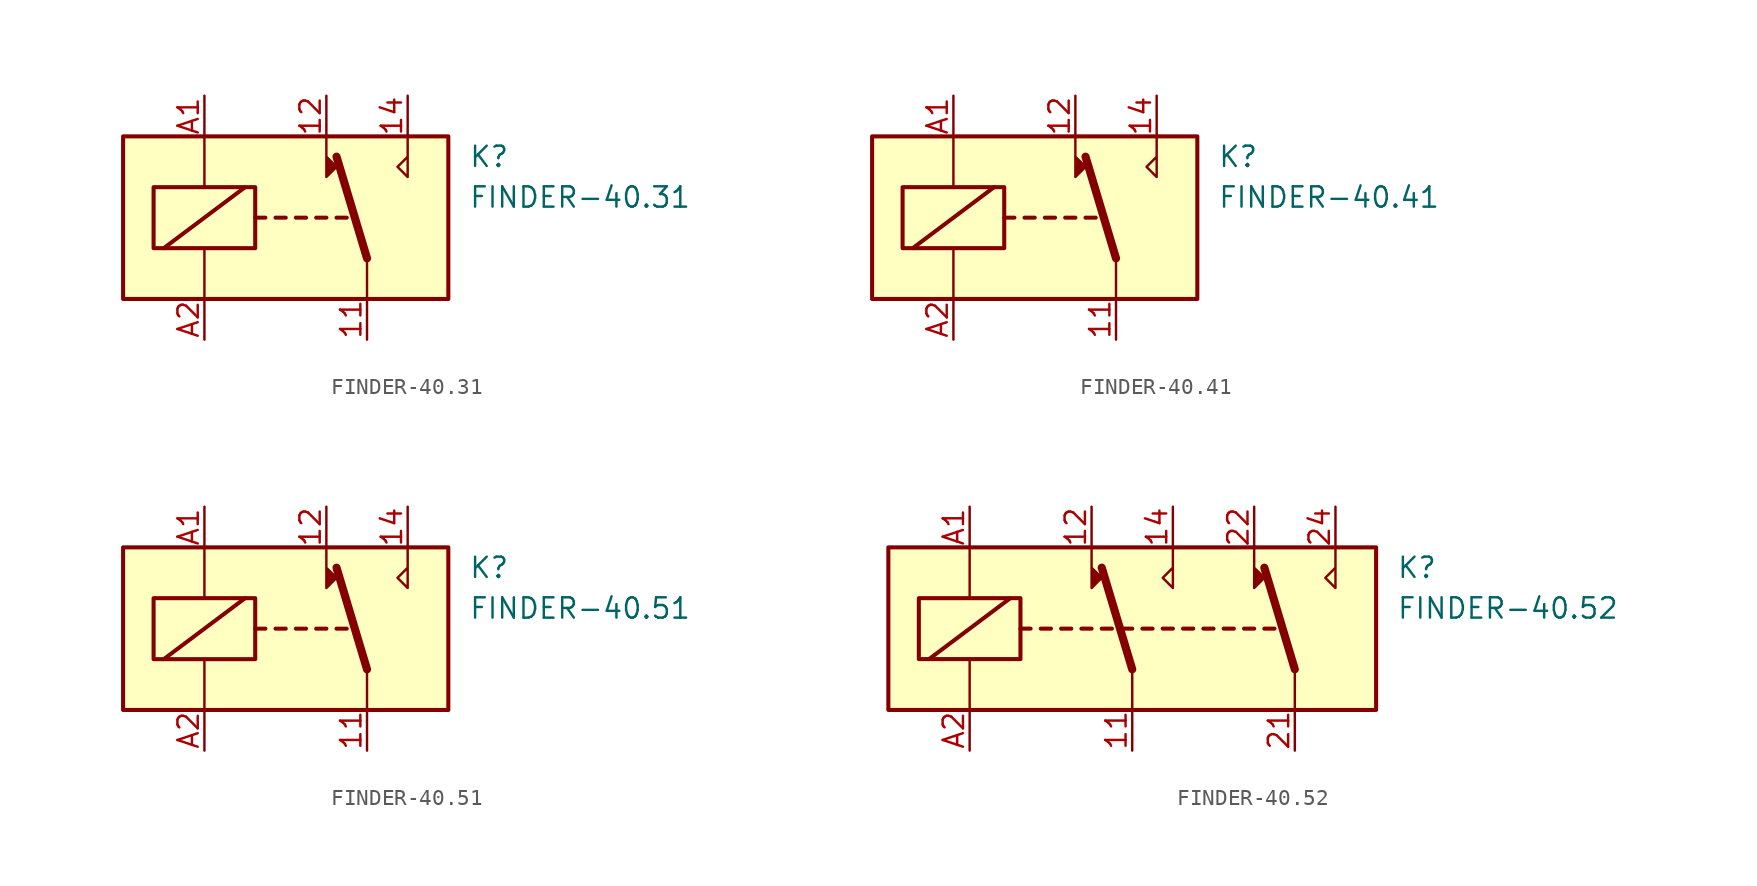
<source format=kicad_sym>
(kicad_symbol_lib
  (version 20201005)
  (generator kicad_symbol_editor)
  (symbol "Relay:FINDER-40.31"
    (property "Reference" "K"
      (at 11.43 3.81 0)
      (effects (font (size 1.27 1.27)) (justify left)))
    (property "Value" "FINDER-40.31"
      (at 11.43 1.27 0)
      (effects (font (size 1.27 1.27)) (justify left)))
    (symbol "FINDER-40.31_0_0"
      (polyline (pts (xy 7.62 5.08) (xy 7.62 2.54) (xy 6.985 3.175) (xy 7.62 3.81)) (stroke (width 0)) (fill (type none))))
    (symbol "FINDER-40.31_0_1"
      (rectangle (start -10.16 5.08) (end 10.16 -5.08) (stroke (width 0.254)) (fill (type background)))
      (rectangle (start -8.255 1.905) (end -1.905 -1.905) (stroke (width 0.254)) (fill (type none)))
      (polyline (pts (xy -7.62 -1.905) (xy -2.54 1.905)) (stroke (width 0.254)) (fill (type none)))
      (polyline (pts (xy -5.08 -5.08) (xy -5.08 -1.905)) (stroke (width 0)) (fill (type none)))
      (polyline (pts (xy -5.08 5.08) (xy -5.08 1.905)) (stroke (width 0)) (fill (type none)))
      (polyline (pts (xy -1.905 0) (xy -1.27 0)) (stroke (width 0.254)) (fill (type none)))
      (polyline (pts (xy -0.635 0) (xy 0 0)) (stroke (width 0.254)) (fill (type none)))
      (polyline (pts (xy 0.635 0) (xy 1.27 0)) (stroke (width 0.254)) (fill (type none)))
      (polyline (pts (xy 1.905 0) (xy 2.54 0)) (stroke (width 0.254)) (fill (type none)))
      (polyline (pts (xy 3.175 0) (xy 3.81 0)) (stroke (width 0.254)) (fill (type none)))
      (polyline (pts (xy 5.08 -2.54) (xy 3.175 3.81)) (stroke (width 0.508)) (fill (type none)))
      (polyline (pts (xy 5.08 -2.54) (xy 5.08 -5.08)) (stroke (width 0)) (fill (type none)))
      (polyline (pts (xy 2.54 5.08) (xy 2.54 2.54) (xy 3.175 3.175) (xy 2.54 3.81)) (stroke (width 0)) (fill (type outline))))
    (symbol "FINDER-40.31_1_1"
      (pin passive line (at 5.08 -7.62 90) (length 2.54) (name "~" (effects (font (size 1.27 1.27)))) (number "11" (effects (font (size 1.27 1.27)))))
      (pin passive line (at 2.54 7.62 270) (length 2.54) (name "~" (effects (font (size 1.27 1.27)))) (number "12" (effects (font (size 1.27 1.27)))))
      (pin passive line (at 7.62 7.62 270) (length 2.54) (name "~" (effects (font (size 1.27 1.27)))) (number "14" (effects (font (size 1.27 1.27)))))
      (pin passive line (at -5.08 7.62 270) (length 2.54) (name "~" (effects (font (size 1.27 1.27)))) (number "A1" (effects (font (size 1.27 1.27)))))
      (pin passive line (at -5.08 -7.62 90) (length 2.54) (name "~" (effects (font (size 1.27 1.27)))) (number "A2" (effects (font (size 1.27 1.27)))))))
  (symbol "Relay:FINDER-40.41"
    (property "Reference" "K"
      (at 11.43 3.81 0)
      (effects (font (size 1.27 1.27)) (justify left)))
    (property "Value" "FINDER-40.41"
      (at 11.43 1.27 0)
      (effects (font (size 1.27 1.27)) (justify left)))
    (symbol "FINDER-40.41_0_0"
      (polyline (pts (xy 7.62 5.08) (xy 7.62 2.54) (xy 6.985 3.175) (xy 7.62 3.81)) (stroke (width 0)) (fill (type none))))
    (symbol "FINDER-40.41_0_1"
      (rectangle (start -10.16 5.08) (end 10.16 -5.08) (stroke (width 0.254)) (fill (type background)))
      (rectangle (start -8.255 1.905) (end -1.905 -1.905) (stroke (width 0.254)) (fill (type none)))
      (polyline (pts (xy -7.62 -1.905) (xy -2.54 1.905)) (stroke (width 0.254)) (fill (type none)))
      (polyline (pts (xy -5.08 -5.08) (xy -5.08 -1.905)) (stroke (width 0)) (fill (type none)))
      (polyline (pts (xy -5.08 5.08) (xy -5.08 1.905)) (stroke (width 0)) (fill (type none)))
      (polyline (pts (xy -1.905 0) (xy -1.27 0)) (stroke (width 0.254)) (fill (type none)))
      (polyline (pts (xy -0.635 0) (xy 0 0)) (stroke (width 0.254)) (fill (type none)))
      (polyline (pts (xy 0.635 0) (xy 1.27 0)) (stroke (width 0.254)) (fill (type none)))
      (polyline (pts (xy 1.905 0) (xy 2.54 0)) (stroke (width 0.254)) (fill (type none)))
      (polyline (pts (xy 3.175 0) (xy 3.81 0)) (stroke (width 0.254)) (fill (type none)))
      (polyline (pts (xy 5.08 -2.54) (xy 3.175 3.81)) (stroke (width 0.508)) (fill (type none)))
      (polyline (pts (xy 5.08 -2.54) (xy 5.08 -5.08)) (stroke (width 0)) (fill (type none)))
      (polyline (pts (xy 2.54 5.08) (xy 2.54 2.54) (xy 3.175 3.175) (xy 2.54 3.81)) (stroke (width 0)) (fill (type outline))))
    (symbol "FINDER-40.41_1_1"
      (pin passive line (at 5.08 -7.62 90) (length 2.54) (name "~" (effects (font (size 1.27 1.27)))) (number "11" (effects (font (size 1.27 1.27)))))
      (pin passive line (at 2.54 7.62 270) (length 2.54) (name "~" (effects (font (size 1.27 1.27)))) (number "12" (effects (font (size 1.27 1.27)))))
      (pin passive line (at 7.62 7.62 270) (length 2.54) (name "~" (effects (font (size 1.27 1.27)))) (number "14" (effects (font (size 1.27 1.27)))))
      (pin passive line (at -5.08 7.62 270) (length 2.54) (name "~" (effects (font (size 1.27 1.27)))) (number "A1" (effects (font (size 1.27 1.27)))))
      (pin passive line (at -5.08 -7.62 90) (length 2.54) (name "~" (effects (font (size 1.27 1.27)))) (number "A2" (effects (font (size 1.27 1.27)))))))
  (symbol "Relay:FINDER-40.51"
    (property "Reference" "K"
      (at 11.43 3.81 0)
      (effects (font (size 1.27 1.27)) (justify left)))
    (property "Value" "FINDER-40.51"
      (at 11.43 1.27 0)
      (effects (font (size 1.27 1.27)) (justify left)))
    (symbol "FINDER-40.51_0_0"
      (polyline (pts (xy 7.62 5.08) (xy 7.62 2.54) (xy 6.985 3.175) (xy 7.62 3.81)) (stroke (width 0)) (fill (type none))))
    (symbol "FINDER-40.51_0_1"
      (rectangle (start -10.16 5.08) (end 10.16 -5.08) (stroke (width 0.254)) (fill (type background)))
      (rectangle (start -8.255 1.905) (end -1.905 -1.905) (stroke (width 0.254)) (fill (type none)))
      (polyline (pts (xy -7.62 -1.905) (xy -2.54 1.905)) (stroke (width 0.254)) (fill (type none)))
      (polyline (pts (xy -5.08 -5.08) (xy -5.08 -1.905)) (stroke (width 0)) (fill (type none)))
      (polyline (pts (xy -5.08 5.08) (xy -5.08 1.905)) (stroke (width 0)) (fill (type none)))
      (polyline (pts (xy -1.905 0) (xy -1.27 0)) (stroke (width 0.254)) (fill (type none)))
      (polyline (pts (xy -0.635 0) (xy 0 0)) (stroke (width 0.254)) (fill (type none)))
      (polyline (pts (xy 0.635 0) (xy 1.27 0)) (stroke (width 0.254)) (fill (type none)))
      (polyline (pts (xy 1.905 0) (xy 2.54 0)) (stroke (width 0.254)) (fill (type none)))
      (polyline (pts (xy 3.175 0) (xy 3.81 0)) (stroke (width 0.254)) (fill (type none)))
      (polyline (pts (xy 5.08 -2.54) (xy 3.175 3.81)) (stroke (width 0.508)) (fill (type none)))
      (polyline (pts (xy 5.08 -2.54) (xy 5.08 -5.08)) (stroke (width 0)) (fill (type none)))
      (polyline (pts (xy 2.54 5.08) (xy 2.54 2.54) (xy 3.175 3.175) (xy 2.54 3.81)) (stroke (width 0)) (fill (type outline))))
    (symbol "FINDER-40.51_1_1"
      (pin passive line (at 5.08 -7.62 90) (length 2.54) (name "~" (effects (font (size 1.27 1.27)))) (number "11" (effects (font (size 1.27 1.27)))))
      (pin passive line (at 2.54 7.62 270) (length 2.54) (name "~" (effects (font (size 1.27 1.27)))) (number "12" (effects (font (size 1.27 1.27)))))
      (pin passive line (at 7.62 7.62 270) (length 2.54) (name "~" (effects (font (size 1.27 1.27)))) (number "14" (effects (font (size 1.27 1.27)))))
      (pin passive line (at -5.08 7.62 270) (length 2.54) (name "~" (effects (font (size 1.27 1.27)))) (number "A1" (effects (font (size 1.27 1.27)))))
      (pin passive line (at -5.08 -7.62 90) (length 2.54) (name "~" (effects (font (size 1.27 1.27)))) (number "A2" (effects (font (size 1.27 1.27)))))))
  (symbol "Relay:FINDER-40.52"
    (property "Reference" "K"
      (at 16.51 3.81 0)
      (effects (font (size 1.27 1.27)) (justify left)))
    (property "Value" "FINDER-40.52"
      (at 16.51 1.27 0)
      (effects (font (size 1.27 1.27)) (justify left)))
    (symbol "FINDER-40.52_0_1"
      (rectangle (start -15.24 5.08) (end 15.24 -5.08) (stroke (width 0.254)) (fill (type background)))
      (rectangle (start -13.335 1.905) (end -6.985 -1.905) (stroke (width 0.254)) (fill (type none)))
      (polyline (pts (xy -12.7 -1.905) (xy -7.62 1.905)) (stroke (width 0.254)) (fill (type none)))
      (polyline (pts (xy -10.16 -5.08) (xy -10.16 -1.905)) (stroke (width 0)) (fill (type none)))
      (polyline (pts (xy -10.16 5.08) (xy -10.16 1.905)) (stroke (width 0)) (fill (type none)))
      (polyline (pts (xy -6.985 0) (xy -6.35 0)) (stroke (width 0.254)) (fill (type none)))
      (polyline (pts (xy -5.715 0) (xy -5.08 0)) (stroke (width 0.254)) (fill (type none)))
      (polyline (pts (xy -4.445 0) (xy -3.81 0)) (stroke (width 0.254)) (fill (type none)))
      (polyline (pts (xy -3.175 0) (xy -2.54 0)) (stroke (width 0.254)) (fill (type none)))
      (polyline (pts (xy -1.905 0) (xy -1.27 0)) (stroke (width 0.254)) (fill (type none)))
      (polyline (pts (xy -0.635 0) (xy 0 0)) (stroke (width 0.254)) (fill (type none)))
      (polyline (pts (xy 0 -2.54) (xy -1.905 3.81)) (stroke (width 0.508)) (fill (type none)))
      (polyline (pts (xy 0 -2.54) (xy 0 -5.08)) (stroke (width 0)) (fill (type none)))
      (polyline (pts (xy 0.635 0) (xy 1.27 0)) (stroke (width 0.254)) (fill (type none)))
      (polyline (pts (xy 1.905 0) (xy 2.54 0)) (stroke (width 0.254)) (fill (type none)))
      (polyline (pts (xy 3.175 0) (xy 3.81 0)) (stroke (width 0.254)) (fill (type none)))
      (polyline (pts (xy 4.445 0) (xy 5.08 0)) (stroke (width 0.254)) (fill (type none)))
      (polyline (pts (xy 5.715 0) (xy 6.35 0)) (stroke (width 0.254)) (fill (type none)))
      (polyline (pts (xy 6.985 0) (xy 7.62 0)) (stroke (width 0.254)) (fill (type none)))
      (polyline (pts (xy 8.255 0) (xy 8.89 0)) (stroke (width 0.254)) (fill (type none)))
      (polyline (pts (xy 10.16 -2.54) (xy 8.255 3.81)) (stroke (width 0.508)) (fill (type none)))
      (polyline (pts (xy 10.16 -2.54) (xy 10.16 -5.08)) (stroke (width 0)) (fill (type none)))
      (polyline (pts (xy -2.54 5.08) (xy -2.54 2.54) (xy -1.905 3.175) (xy -2.54 3.81)) (stroke (width 0)) (fill (type outline)))
      (polyline (pts (xy 2.54 5.08) (xy 2.54 2.54) (xy 1.905 3.175) (xy 2.54 3.81)) (stroke (width 0)) (fill (type none)))
      (polyline (pts (xy 7.62 5.08) (xy 7.62 2.54) (xy 8.255 3.175) (xy 7.62 3.81)) (stroke (width 0)) (fill (type outline)))
      (polyline (pts (xy 12.7 5.08) (xy 12.7 2.54) (xy 12.065 3.175) (xy 12.7 3.81)) (stroke (width 0)) (fill (type none))))
    (symbol "FINDER-40.52_1_1"
      (pin passive line (at 0 -7.62 90) (length 2.54) (name "~" (effects (font (size 1.27 1.27)))) (number "11" (effects (font (size 1.27 1.27)))))
      (pin passive line (at -2.54 7.62 270) (length 2.54) (name "~" (effects (font (size 1.27 1.27)))) (number "12" (effects (font (size 1.27 1.27)))))
      (pin passive line (at 2.54 7.62 270) (length 2.54) (name "~" (effects (font (size 1.27 1.27)))) (number "14" (effects (font (size 1.27 1.27)))))
      (pin passive line (at 10.16 -7.62 90) (length 2.54) (name "~" (effects (font (size 1.27 1.27)))) (number "21" (effects (font (size 1.27 1.27)))))
      (pin passive line (at 7.62 7.62 270) (length 2.54) (name "~" (effects (font (size 1.27 1.27)))) (number "22" (effects (font (size 1.27 1.27)))))
      (pin passive line (at 12.7 7.62 270) (length 2.54) (name "~" (effects (font (size 1.27 1.27)))) (number "24" (effects (font (size 1.27 1.27)))))
      (pin passive line (at -10.16 7.62 270) (length 2.54) (name "~" (effects (font (size 1.27 1.27)))) (number "A1" (effects (font (size 1.27 1.27)))))
      (pin passive line (at -10.16 -7.62 90) (length 2.54) (name "~" (effects (font (size 1.27 1.27)))) (number "A2" (effects (font (size 1.27 1.27))))))))
</source>
